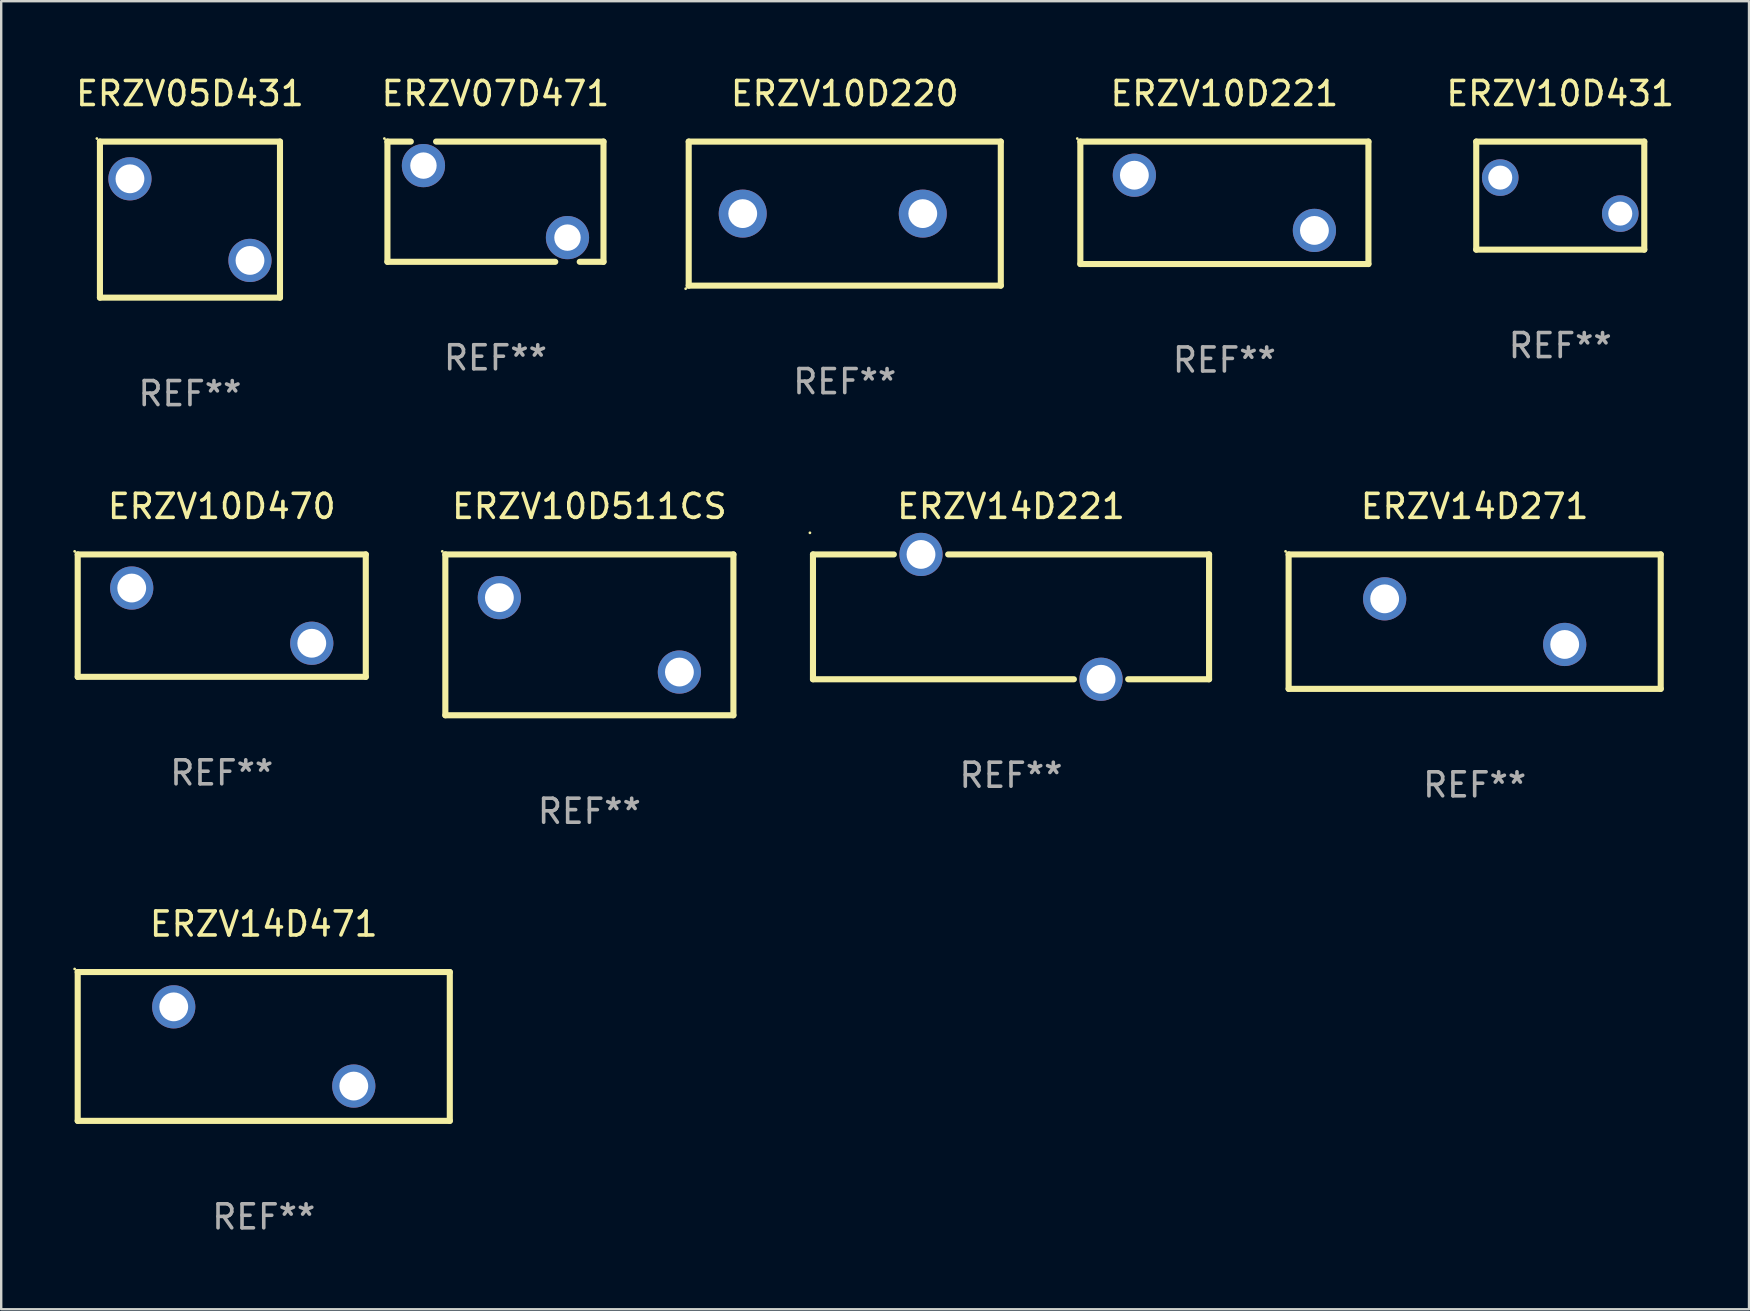
<source format=kicad_pcb>
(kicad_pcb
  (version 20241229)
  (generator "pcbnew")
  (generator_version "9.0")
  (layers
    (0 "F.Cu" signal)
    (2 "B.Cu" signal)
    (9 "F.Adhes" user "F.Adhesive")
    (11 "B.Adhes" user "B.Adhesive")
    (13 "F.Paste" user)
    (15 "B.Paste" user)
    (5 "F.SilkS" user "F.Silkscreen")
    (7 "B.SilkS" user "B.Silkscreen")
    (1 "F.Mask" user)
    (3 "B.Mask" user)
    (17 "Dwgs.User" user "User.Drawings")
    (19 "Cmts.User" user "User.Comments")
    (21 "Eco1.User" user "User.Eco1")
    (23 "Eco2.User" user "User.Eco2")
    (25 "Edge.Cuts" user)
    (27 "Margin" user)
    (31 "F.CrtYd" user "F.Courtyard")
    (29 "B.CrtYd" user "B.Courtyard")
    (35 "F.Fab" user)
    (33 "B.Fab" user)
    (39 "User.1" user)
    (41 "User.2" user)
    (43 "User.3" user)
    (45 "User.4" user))
  (footprint "ERZV10D431"
    (layer "F.Cu")
    (at 61.944 5.098)
    (property "Reference" "ERZV10D431" (at 0 -4.25 0) (layer "F.SilkS") (effects (font (size 1 1) (thickness 0.15))))
    (attr through_hole)
    (fp_line (start -3.5 -2.25) (end 3.5 -2.25) (stroke (width 0.254) (type solid)) (layer "F.SilkS"))
    (fp_line (start -3.5 2.25) (end -3.5 -2.25) (stroke (width 0.254) (type solid)) (layer "F.SilkS"))
    (fp_line (start 3.5 -2.25) (end 3.5 2.25) (stroke (width 0.254) (type solid)) (layer "F.SilkS"))
    (fp_line (start 3.5 2.25) (end -3.5 2.25) (stroke (width 0.254) (type solid)) (layer "F.SilkS"))
    (fp_circle (center -3.5 -2.25) (end -3.47 -2.25) (stroke (width 0.06) (type solid)) (fill no) (layer "F.SilkS"))
    (fp_text user "REF**" (at 0 6.25 0) (layer "F.Fab") (effects (font (size 1 1) (thickness 0.15))))
    (pad "1" thru_hole circle (at -2.5 -0.75) (size 1.524 1.524) (drill 1) (layers "*.Cu" "*.Mask"))
    (pad "2" thru_hole circle (at 2.5 0.75) (size 1.524 1.524) (drill 1) (layers "*.Cu" "*.Mask")))
  (footprint "ERZV10D470"
    (layer "F.Cu")
    (at 6.187 22.595)
    (property "Reference" "ERZV10D470" (at 0 -4.55 0) (layer "F.SilkS") (effects (font (size 1 1) (thickness 0.15))))
    (attr through_hole)
    (fp_line (start -6 -2.55) (end 6 -2.55) (stroke (width 0.254) (type solid)) (layer "F.SilkS"))
    (fp_line (start -6 2.55) (end -6 -2.55) (stroke (width 0.254) (type solid)) (layer "F.SilkS"))
    (fp_line (start 6 -2.55) (end 6 2.55) (stroke (width 0.254) (type solid)) (layer "F.SilkS"))
    (fp_line (start 6 2.55) (end -6 2.55) (stroke (width 0.254) (type solid)) (layer "F.SilkS"))
    (fp_circle (center -6.127 -2.677) (end -6.097 -2.677) (stroke (width 0.06) (type solid)) (fill no) (layer "F.SilkS"))
    (fp_text user "REF**" (at 0 6.55 0) (layer "F.Fab") (effects (font (size 1 1) (thickness 0.15))))
    (pad "1" thru_hole circle (at -3.75 -1.15) (size 1.8 1.8) (drill 1.2) (layers "*.Cu" "*.Mask"))
    (pad "2" thru_hole circle (at 3.75 1.15) (size 1.8 1.8) (drill 1.2) (layers "*.Cu" "*.Mask")))
  (footprint "ERZV14D271"
    (layer "F.Cu")
    (at 58.379 22.845)
    (property "Reference" "ERZV14D271" (at 0 -4.8 0) (layer "F.SilkS") (effects (font (size 1 1) (thickness 0.15))))
    (attr through_hole)
    (fp_line (start -7.75 -2.8) (end 7.75 -2.8) (stroke (width 0.254) (type solid)) (layer "F.SilkS"))
    (fp_line (start -7.75 2.8) (end -7.75 -2.8) (stroke (width 0.254) (type solid)) (layer "F.SilkS"))
    (fp_line (start 7.75 -2.8) (end 7.75 2.8) (stroke (width 0.254) (type solid)) (layer "F.SilkS"))
    (fp_line (start 7.75 2.8) (end -7.75 2.8) (stroke (width 0.254) (type solid)) (layer "F.SilkS"))
    (fp_circle (center -7.877 -2.927) (end -7.847 -2.927) (stroke (width 0.06) (type solid)) (fill no) (layer "F.SilkS"))
    (fp_text user "REF**" (at 0 6.8 0) (layer "F.Fab") (effects (font (size 1 1) (thickness 0.15))))
    (pad "1" thru_hole circle (at -3.75 -0.95) (size 1.8 1.8) (drill 1.2) (layers "*.Cu" "*.Mask"))
    (pad "2" thru_hole circle (at 3.75 0.95) (size 1.8 1.8) (drill 1.2) (layers "*.Cu" "*.Mask")))
  (footprint "ERZV10D221"
    (layer "F.Cu")
    (at 47.953 5.398)
    (property "Reference" "ERZV10D221" (at 0 -4.55 0) (layer "F.SilkS") (effects (font (size 1 1) (thickness 0.15))))
    (attr through_hole)
    (fp_line (start -6 -2.55) (end 6 -2.55) (stroke (width 0.254) (type solid)) (layer "F.SilkS"))
    (fp_line (start -6 2.55) (end -6 -2.55) (stroke (width 0.254) (type solid)) (layer "F.SilkS"))
    (fp_line (start 6 -2.55) (end 6 2.55) (stroke (width 0.254) (type solid)) (layer "F.SilkS"))
    (fp_line (start 6 2.55) (end -6 2.55) (stroke (width 0.254) (type solid)) (layer "F.SilkS"))
    (fp_circle (center -6.127 -2.677) (end -6.097 -2.677) (stroke (width 0.06) (type solid)) (fill no) (layer "F.SilkS"))
    (fp_text user "REF**" (at 0 6.55 0) (layer "F.Fab") (effects (font (size 1 1) (thickness 0.15))))
    (pad "1" thru_hole circle (at -3.75 -1.15) (size 1.8 1.8) (drill 1.2) (layers "*.Cu" "*.Mask"))
    (pad "2" thru_hole circle (at 3.75 1.15) (size 1.8 1.8) (drill 1.2) (layers "*.Cu" "*.Mask")))
  (footprint "ERZV14D471"
    (layer "F.Cu")
    (at 7.937 40.541)
    (property "Reference" "ERZV14D471" (at 0 -5.1 0) (layer "F.SilkS") (effects (font (size 1 1) (thickness 0.15))))
    (attr through_hole)
    (fp_line (start -7.75 -3.1) (end 7.75 -3.1) (stroke (width 0.254) (type solid)) (layer "F.SilkS"))
    (fp_line (start -7.75 3.1) (end -7.75 -3.1) (stroke (width 0.254) (type solid)) (layer "F.SilkS"))
    (fp_line (start 7.75 -3.1) (end 7.75 3.1) (stroke (width 0.254) (type solid)) (layer "F.SilkS"))
    (fp_line (start 7.75 3.1) (end -7.75 3.1) (stroke (width 0.254) (type solid)) (layer "F.SilkS"))
    (fp_circle (center -7.877 -3.227) (end -7.847 -3.227) (stroke (width 0.06) (type solid)) (fill no) (layer "F.SilkS"))
    (fp_text user "REF**" (at 0 7.1 0) (layer "F.Fab") (effects (font (size 1 1) (thickness 0.15))))
    (pad "1" thru_hole circle (at -3.75 -1.65) (size 1.8 1.8) (drill 1.2) (layers "*.Cu" "*.Mask"))
    (pad "2" thru_hole circle (at 3.75 1.65) (size 1.8 1.8) (drill 1.2) (layers "*.Cu" "*.Mask")))
  (footprint "ERZV10D511CS"
    (layer "F.Cu")
    (at 21.501 23.395)
    (property "Reference" "ERZV10D511CS" (at 0 -5.35 0) (layer "F.SilkS") (effects (font (size 1 1) (thickness 0.15))))
    (attr through_hole)
    (fp_line (start -6 -3.35) (end 6 -3.35) (stroke (width 0.254) (type solid)) (layer "F.SilkS"))
    (fp_line (start -6 3.35) (end -6 -3.35) (stroke (width 0.254) (type solid)) (layer "F.SilkS"))
    (fp_line (start 6 -3.35) (end 6 3.35) (stroke (width 0.254) (type solid)) (layer "F.SilkS"))
    (fp_line (start 6 3.35) (end -6 3.35) (stroke (width 0.254) (type solid)) (layer "F.SilkS"))
    (fp_circle (center -6.127 -3.477) (end -6.097 -3.477) (stroke (width 0.06) (type solid)) (fill no) (layer "F.SilkS"))
    (fp_text user "REF**" (at 0 7.35 0) (layer "F.Fab") (effects (font (size 1 1) (thickness 0.15))))
    (pad "1" thru_hole circle (at -3.75 -1.55) (size 1.8 1.8) (drill 1.2) (layers "*.Cu" "*.Mask"))
    (pad "2" thru_hole circle (at 3.75 1.55) (size 1.8 1.8) (drill 1.2) (layers "*.Cu" "*.Mask")))
  (footprint "ERZV10D220"
    (layer "F.Cu")
    (at 32.139 5.848)
    (property "Reference" "ERZV10D220" (at 0 -5 0) (layer "F.SilkS") (effects (font (size 1 1) (thickness 0.15))))
    (attr through_hole)
    (fp_line (start -6.5 -3) (end -6.5 3) (stroke (width 0.254) (type solid)) (layer "F.SilkS"))
    (fp_line (start -6.5 -3) (end 6.5 -3) (stroke (width 0.254) (type solid)) (layer "F.SilkS"))
    (fp_line (start -6.5 3) (end 6.5 3) (stroke (width 0.254) (type solid)) (layer "F.SilkS"))
    (fp_line (start 6.5 -3) (end 6.5 3) (stroke (width 0.254) (type solid)) (layer "F.SilkS"))
    (fp_circle (center -6.627 3.127) (end -6.597 3.127) (stroke (width 0.06) (type solid)) (fill no) (layer "F.SilkS"))
    (fp_text user "REF**" (at 0 7 0) (layer "F.Fab") (effects (font (size 1 1) (thickness 0.15))))
    (pad "1" thru_hole circle (at -4.25 0) (size 2 2) (drill 1.2) (layers "*.Cu" "*.Mask"))
    (pad "2" thru_hole circle (at 3.25 0) (size 2 2) (drill 1.2) (layers "*.Cu" "*.Mask")))
  (footprint "ERZV14D221"
    (layer "F.Cu")
    (at 39.065 22.645)
    (property "Reference" "ERZV14D221" (at 0 -4.6 0) (layer "F.SilkS") (effects (font (size 1 1) (thickness 0.15))))
    (attr through_hole)
    (fp_line (start -8.25 -2.6) (end -4.881 -2.6) (stroke (width 0.254) (type solid)) (layer "F.SilkS"))
    (fp_line (start -8.25 2.6) (end -8.25 -2.6) (stroke (width 0.254) (type solid)) (layer "F.SilkS"))
    (fp_line (start -8.25 2.6) (end 2.619 2.6) (stroke (width 0.254) (type solid)) (layer "F.SilkS"))
    (fp_line (start -2.619 -2.6) (end 8.25 -2.6) (stroke (width 0.254) (type solid)) (layer "F.SilkS"))
    (fp_line (start 4.881 2.6) (end 8.25 2.6) (stroke (width 0.254) (type solid)) (layer "F.SilkS"))
    (fp_line (start 8.25 -2.6) (end 8.25 2.6) (stroke (width 0.254) (type solid)) (layer "F.SilkS"))
    (fp_circle (center -8.377 -3.5) (end -8.347 -3.5) (stroke (width 0.06) (type solid)) (fill no) (layer "F.SilkS"))
    (fp_text user "REF**" (at 0 6.6 0) (layer "F.Fab") (effects (font (size 1 1) (thickness 0.15))))
    (pad "1" thru_hole circle (at -3.75 -2.6) (size 1.8 1.8) (drill 1.2) (layers "*.Cu" "*.Mask"))
    (pad "2" thru_hole circle (at 3.75 2.6) (size 1.8 1.8) (drill 1.2) (layers "*.Cu" "*.Mask")))
  (footprint "ERZV07D471"
    (layer "F.Cu")
    (at 17.589 5.352)
    (property "Reference" "ERZV07D471" (at 0 -4.504 0) (layer "F.SilkS") (effects (font (size 1 1) (thickness 0.15))))
    (attr through_hole)
    (fp_line (start -4.5 -2.504) (end -4.5 2.504) (stroke (width 0.254) (type solid)) (layer "F.SilkS"))
    (fp_line (start -4.5 -2.504) (end -3.526 -2.504) (stroke (width 0.254) (type solid)) (layer "F.SilkS"))
    (fp_line (start -4.5 2.504) (end 2.49 2.504) (stroke (width 0.254) (type solid)) (layer "F.SilkS"))
    (fp_line (start -2.474 -2.504) (end 4.5 -2.504) (stroke (width 0.254) (type solid)) (layer "F.SilkS"))
    (fp_line (start 3.51 2.504) (end 4.5 2.504) (stroke (width 0.254) (type solid)) (layer "F.SilkS"))
    (fp_line (start 4.5 2.504) (end 4.5 -2.504) (stroke (width 0.254) (type solid)) (layer "F.SilkS"))
    (fp_circle (center -4.627 -2.631) (end -4.597 -2.631) (stroke (width 0.06) (type solid)) (fill no) (layer "F.SilkS"))
    (fp_text user "REF**" (at 0 6.504 0) (layer "F.Fab") (effects (font (size 1 1) (thickness 0.15))))
    (pad "1" thru_hole circle (at -3 -1.504) (size 1.8 1.8) (drill 1.1) (layers "*.Cu" "*.Mask"))
    (pad "2" thru_hole circle (at 3 1.496) (size 1.8 1.8) (drill 1.1) (layers "*.Cu" "*.Mask")))
  (footprint "ERZV05D431"
    (layer "F.Cu")
    (at 4.863 6.098)
    (property "Reference" "ERZV05D431" (at 0 -5.25 0) (layer "F.SilkS") (effects (font (size 1 1) (thickness 0.15))))
    (attr through_hole)
    (fp_line (start -3.75 -3.25) (end 3.75 -3.25) (stroke (width 0.254) (type solid)) (layer "F.SilkS"))
    (fp_line (start -3.75 3.25) (end -3.75 -3.25) (stroke (width 0.254) (type solid)) (layer "F.SilkS"))
    (fp_line (start 3.75 -3.25) (end 3.75 3.25) (stroke (width 0.254) (type solid)) (layer "F.SilkS"))
    (fp_line (start 3.75 3.25) (end -3.75 3.25) (stroke (width 0.254) (type solid)) (layer "F.SilkS"))
    (fp_circle (center -3.877 -3.377) (end -3.847 -3.377) (stroke (width 0.06) (type solid)) (fill no) (layer "F.SilkS"))
    (fp_text user "REF**" (at 0 7.25 0) (layer "F.Fab") (effects (font (size 1 1) (thickness 0.15))))
    (pad "1" thru_hole circle (at -2.5 -1.7) (size 1.8 1.8) (drill 1.2) (layers "*.Cu" "*.Mask"))
    (pad "2" thru_hole circle (at 2.5 1.7) (size 1.8 1.8) (drill 1.2) (layers "*.Cu" "*.Mask")))
  (gr_rect
    (start -3 -3)
    (end 69.807 51.49)
    (stroke (width 0.1) (type default))
    (fill no)
    (layer "Edge.Cuts")))
</source>
